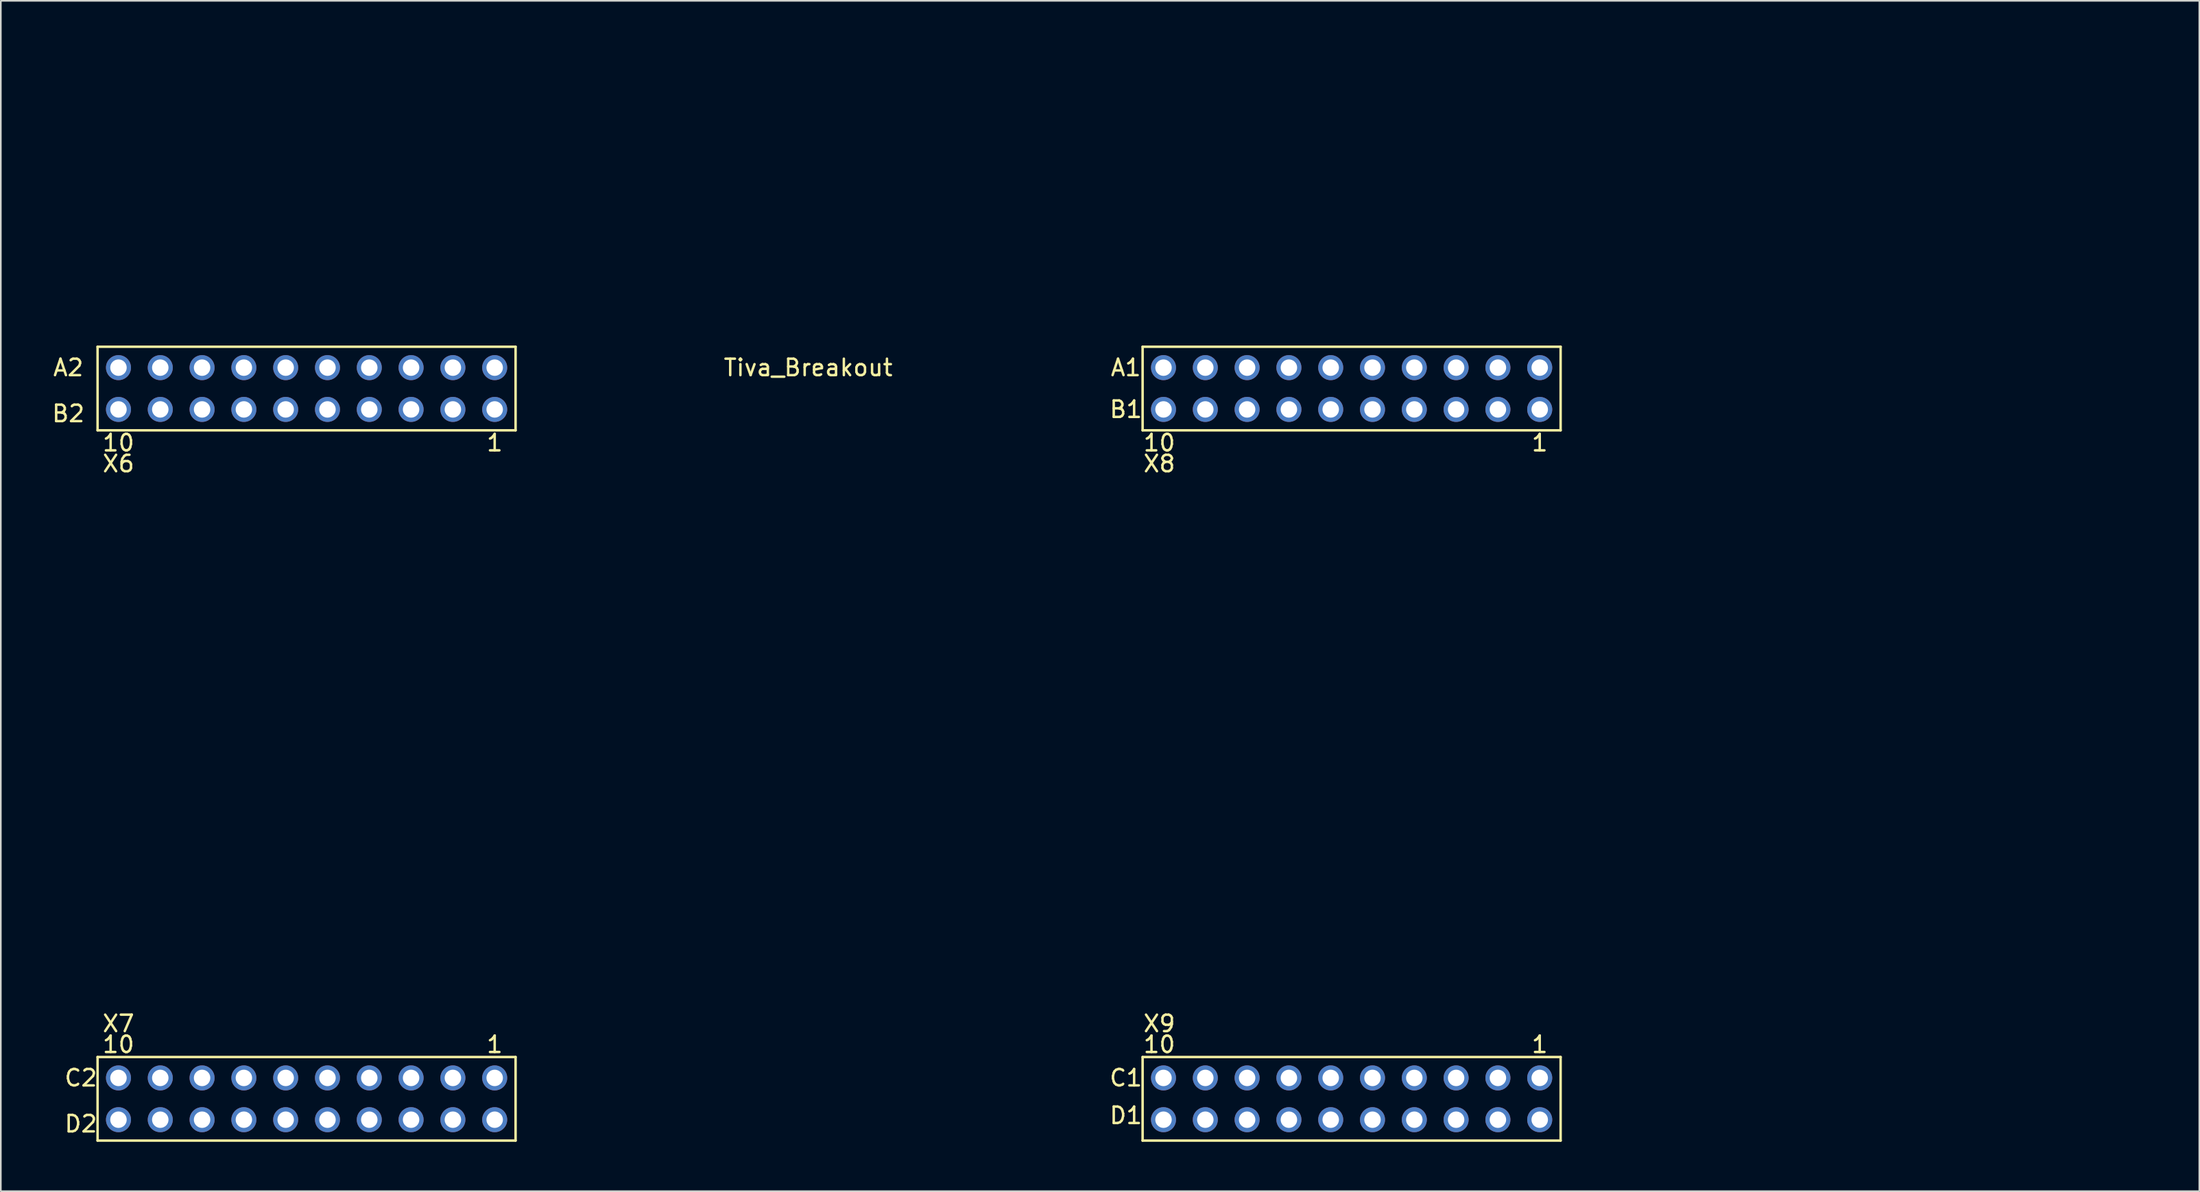
<source format=kicad_pcb>
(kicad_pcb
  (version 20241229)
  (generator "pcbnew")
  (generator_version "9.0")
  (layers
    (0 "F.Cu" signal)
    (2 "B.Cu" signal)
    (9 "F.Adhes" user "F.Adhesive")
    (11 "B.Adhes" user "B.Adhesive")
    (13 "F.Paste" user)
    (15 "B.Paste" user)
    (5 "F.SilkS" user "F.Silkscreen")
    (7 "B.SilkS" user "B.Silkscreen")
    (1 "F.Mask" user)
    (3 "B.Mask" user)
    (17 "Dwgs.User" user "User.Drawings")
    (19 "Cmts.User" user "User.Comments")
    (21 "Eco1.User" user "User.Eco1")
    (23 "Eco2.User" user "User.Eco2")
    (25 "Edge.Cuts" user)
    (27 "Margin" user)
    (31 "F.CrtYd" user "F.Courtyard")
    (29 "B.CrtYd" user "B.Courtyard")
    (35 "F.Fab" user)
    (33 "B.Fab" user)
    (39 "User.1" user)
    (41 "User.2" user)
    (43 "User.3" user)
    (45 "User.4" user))
  (footprint "Tiva_Breakout"
    (layer "F.Cu")
    (at 127.339 0.25)
    (property "Reference" "Tiva_Breakout" (at -81.28 19.05 0) (layer "F.SilkS") (effects (font (size 1 1) (thickness 0.15))))
    (attr through_hole)
    (fp_line (start -124.46 17.78) (end -124.46 22.86) (stroke (width 0.15) (type solid)) (layer "F.SilkS"))
    (fp_line (start -124.46 22.86) (end -99.06 22.86) (stroke (width 0.15) (type solid)) (layer "F.SilkS"))
    (fp_line (start -124.46 60.96) (end -124.46 66.04) (stroke (width 0.15) (type solid)) (layer "F.SilkS"))
    (fp_line (start -124.46 66.04) (end -99.06 66.04) (stroke (width 0.15) (type solid)) (layer "F.SilkS"))
    (fp_line (start -99.06 17.78) (end -124.46 17.78) (stroke (width 0.15) (type solid)) (layer "F.SilkS"))
    (fp_line (start -99.06 22.86) (end -99.06 17.78) (stroke (width 0.15) (type solid)) (layer "F.SilkS"))
    (fp_line (start -99.06 60.96) (end -124.46 60.96) (stroke (width 0.15) (type solid)) (layer "F.SilkS"))
    (fp_line (start -99.06 66.04) (end -99.06 60.96) (stroke (width 0.15) (type solid)) (layer "F.SilkS"))
    (fp_line (start -60.96 17.78) (end -60.96 22.86) (stroke (width 0.15) (type solid)) (layer "F.SilkS"))
    (fp_line (start -60.96 22.86) (end -35.56 22.86) (stroke (width 0.15) (type solid)) (layer "F.SilkS"))
    (fp_line (start -60.96 60.96) (end -60.96 66.04) (stroke (width 0.15) (type solid)) (layer "F.SilkS"))
    (fp_line (start -60.96 66.04) (end -35.56 66.04) (stroke (width 0.15) (type solid)) (layer "F.SilkS"))
    (fp_line (start -35.56 17.78) (end -60.96 17.78) (stroke (width 0.15) (type solid)) (layer "F.SilkS"))
    (fp_line (start -35.56 22.86) (end -35.56 17.78) (stroke (width 0.15) (type solid)) (layer "F.SilkS"))
    (fp_line (start -35.56 60.96) (end -60.96 60.96) (stroke (width 0.15) (type solid)) (layer "F.SilkS"))
    (fp_line (start -35.56 66.04) (end -35.56 60.96) (stroke (width 0.15) (type solid)) (layer "F.SilkS"))
    (fp_text user "X9" (at -59.944 58.928 0) (layer "F.SilkS") (effects (font (size 1 1) (thickness 0.15))))
    (fp_text user "X7" (at -123.19 58.928 0) (layer "F.SilkS") (effects (font (size 1 1) (thickness 0.15))))
    (fp_text user "10" (at -123.19 23.622 0) (layer "F.SilkS") (effects (font (size 1 1) (thickness 0.15))))
    (fp_text user "B2" (at -126.238 21.844 0) (layer "F.SilkS") (effects (font (size 1 1) (thickness 0.15))))
    (fp_text user "10" (at -59.944 60.198 0) (layer "F.SilkS") (effects (font (size 1 1) (thickness 0.15))))
    (fp_text user "C2" (at -125.476 62.23 0) (layer "F.SilkS") (effects (font (size 1 1) (thickness 0.15))))
    (fp_text user "B1" (at -61.976 21.59 0) (layer "F.SilkS") (effects (font (size 1 1) (thickness 0.15))))
    (fp_text user "1" (at -100.33 60.198 0) (layer "F.SilkS") (effects (font (size 1 1) (thickness 0.15))))
    (fp_text user "C1" (at -61.976 62.23 0) (layer "F.SilkS") (effects (font (size 1 1) (thickness 0.15))))
    (fp_text user "1" (at -36.83 23.622 0) (layer "F.SilkS") (effects (font (size 1 1) (thickness 0.15))))
    (fp_text user "1" (at -100.33 23.622 0) (layer "F.SilkS") (effects (font (size 1 1) (thickness 0.15))))
    (fp_text user "A1" (at -61.976 19.05 0) (layer "F.SilkS") (effects (font (size 1 1) (thickness 0.15))))
    (fp_text user "10" (at -123.19 60.198 0) (layer "F.SilkS") (effects (font (size 1 1) (thickness 0.15))))
    (fp_text user "D2" (at -125.476 65.024 180) (layer "F.SilkS") (effects (font (size 1 1) (thickness 0.15))))
    (fp_text user "X8" (at -59.944 24.892 0) (layer "F.SilkS") (effects (font (size 1 1) (thickness 0.15))))
    (fp_text user "A2" (at -126.238 19.05 0) (layer "F.SilkS") (effects (font (size 1 1) (thickness 0.15))))
    (fp_text user "10" (at -59.944 23.622 0) (layer "F.SilkS") (effects (font (size 1 1) (thickness 0.15))))
    (fp_text user "1" (at -36.83 60.198 0) (layer "F.SilkS") (effects (font (size 1 1) (thickness 0.15))))
    (fp_text user "X6" (at -123.19 24.892 180) (layer "F.SilkS") (effects (font (size 1 1) (thickness 0.15))))
    (fp_text user "D1" (at -61.976 64.516 0) (layer "F.SilkS") (effects (font (size 1 1) (thickness 0.15))))
    (pad "+3V3" thru_hole circle (at -36.83 19.05) (size 1.52 1.52) (drill 1) (layers "*.Cu" "*.Mask" "F.Paste"))
    (pad "+3V3'" thru_hole circle (at -100.33 19.05) (size 1.52 1.52) (drill 1) (layers "*.Cu" "*.Mask" "F.Paste"))
    (pad "+5V" thru_hole circle (at -36.83 21.59) (size 1.52 1.52) (drill 1) (layers "*.Cu" "*.Mask" "F.Paste"))
    (pad "+5V'" thru_hole circle (at -100.33 21.59) (size 1.52 1.52) (drill 1) (layers "*.Cu" "*.Mask" "F.Paste"))
    (pad "GND" thru_hole circle (at -102.87 21.59) (size 1.52 1.52) (drill 1) (layers "*.Cu" "*.Mask" "F.Paste"))
    (pad "GND" thru_hole circle (at -100.33 64.77) (size 1.52 1.52) (drill 1) (layers "*.Cu" "*.Mask" "F.Paste"))
    (pad "GND" thru_hole circle (at -39.37 21.59) (size 1.52 1.52) (drill 1) (layers "*.Cu" "*.Mask" "F.Paste"))
    (pad "GND" thru_hole circle (at -36.83 64.77) (size 1.52 1.52) (drill 1) (layers "*.Cu" "*.Mask" "F.Paste"))
    (pad "PA4" thru_hole circle (at -120.65 21.59) (size 1.52 1.52) (drill 1) (layers "*.Cu" "*.Mask" "F.Paste"))
    (pad "PA5" thru_hole circle (at -123.19 21.59) (size 1.52 1.52) (drill 1) (layers "*.Cu" "*.Mask" "F.Paste"))
    (pad "PA6" thru_hole circle (at -54.61 21.59) (size 1.52 1.52) (drill 1) (layers "*.Cu" "*.Mask" "F.Paste"))
    (pad "PA7" thru_hole circle (at -107.95 64.77) (size 1.52 1.52) (drill 1) (layers "*.Cu" "*.Mask" "F.Paste"))
    (pad "PB2" thru_hole circle (at -57.15 19.05) (size 1.52 1.52) (drill 1) (layers "*.Cu" "*.Mask" "F.Paste"))
    (pad "PB3" thru_hole circle (at -59.69 19.05) (size 1.52 1.52) (drill 1) (layers "*.Cu" "*.Mask" "F.Paste"))
    (pad "PB4" thru_hole circle (at -105.41 21.59) (size 1.52 1.52) (drill 1) (layers "*.Cu" "*.Mask" "F.Paste"))
    (pad "PB5" thru_hole circle (at -107.95 21.59) (size 1.52 1.52) (drill 1) (layers "*.Cu" "*.Mask" "F.Paste"))
    (pad "PC4" thru_hole circle (at -41.91 19.05) (size 1.52 1.52) (drill 1) (layers "*.Cu" "*.Mask" "F.Paste"))
    (pad "PC5" thru_hole circle (at -44.45 19.05) (size 1.52 1.52) (drill 1) (layers "*.Cu" "*.Mask" "F.Paste"))
    (pad "PC6" thru_hole circle (at -46.99 19.05) (size 1.52 1.52) (drill 1) (layers "*.Cu" "*.Mask" "F.Paste"))
    (pad "PC7" thru_hole circle (at -54.61 19.05) (size 1.52 1.52) (drill 1) (layers "*.Cu" "*.Mask" "F.Paste"))
    (pad "PD0" thru_hole circle (at -52.07 64.77) (size 1.52 1.52) (drill 1) (layers "*.Cu" "*.Mask" "F.Paste"))
    (pad "PD1" thru_hole circle (at -49.53 64.77) (size 1.52 1.52) (drill 1) (layers "*.Cu" "*.Mask" "F.Paste"))
    (pad "PD2" thru_hole circle (at -102.87 19.05) (size 1.52 1.52) (drill 1) (layers "*.Cu" "*.Mask" "F.Paste"))
    (pad "PD3" thru_hole circle (at -52.07 19.05) (size 1.52 1.52) (drill 1) (layers "*.Cu" "*.Mask" "F.Paste"))
    (pad "PD4" thru_hole circle (at -110.49 19.05) (size 1.52 1.52) (drill 1) (layers "*.Cu" "*.Mask" "F.Paste"))
    (pad "PD5" thru_hole circle (at -113.03 19.05) (size 1.52 1.52) (drill 1) (layers "*.Cu" "*.Mask" "F.Paste"))
    (pad "PD7" thru_hole circle (at -52.07 21.59) (size 1.52 1.52) (drill 1) (layers "*.Cu" "*.Mask" "F.Paste"))
    (pad "PE0" thru_hole circle (at -41.91 21.59) (size 1.52 1.52) (drill 1) (layers "*.Cu" "*.Mask" "F.Paste"))
    (pad "PE1" thru_hole circle (at -44.45 21.59) (size 1.52 1.52) (drill 1) (layers "*.Cu" "*.Mask" "F.Paste"))
    (pad "PE2" thru_hole circle (at -46.99 21.59) (size 1.52 1.52) (drill 1) (layers "*.Cu" "*.Mask" "F.Paste"))
    (pad "PE3" thru_hole circle (at -49.53 21.59) (size 1.52 1.52) (drill 1) (layers "*.Cu" "*.Mask" "F.Paste"))
    (pad "PE4" thru_hole circle (at -39.37 19.05) (size 1.52 1.52) (drill 1) (layers "*.Cu" "*.Mask" "F.Paste"))
    (pad "PE5" thru_hole circle (at -49.53 19.05) (size 1.52 1.52) (drill 1) (layers "*.Cu" "*.Mask" "F.Paste"))
    (pad "PF1" thru_hole circle (at -36.83 62.23) (size 1.52 1.52) (drill 1) (layers "*.Cu" "*.Mask" "F.Paste"))
    (pad "PF2" thru_hole circle (at -39.37 62.23) (size 1.52 1.52) (drill 1) (layers "*.Cu" "*.Mask" "F.Paste"))
    (pad "PF3" thru_hole circle (at -41.91 62.23) (size 1.52 1.52) (drill 1) (layers "*.Cu" "*.Mask" "F.Paste"))
    (pad "PG0" thru_hole circle (at -44.45 62.23) (size 1.52 1.52) (drill 1) (layers "*.Cu" "*.Mask" "F.Paste"))
    (pad "PG1" thru_hole circle (at -100.33 62.23) (size 1.52 1.52) (drill 1) (layers "*.Cu" "*.Mask" "F.Paste"))
    (pad "PH0" thru_hole circle (at -115.57 62.23) (size 1.52 1.52) (drill 1) (layers "*.Cu" "*.Mask" "F.Paste"))
    (pad "PH1" thru_hole circle (at -118.11 62.23) (size 1.52 1.52) (drill 1) (layers "*.Cu" "*.Mask" "F.Paste"))
    (pad "PH2" thru_hole circle (at -41.91 64.77) (size 1.52 1.52) (drill 1) (layers "*.Cu" "*.Mask" "F.Paste"))
    (pad "PH3" thru_hole circle (at -44.45 64.77) (size 1.52 1.52) (drill 1) (layers "*.Cu" "*.Mask" "F.Paste"))
    (pad "PK0" thru_hole circle (at -110.49 21.59) (size 1.52 1.52) (drill 1) (layers "*.Cu" "*.Mask" "F.Paste"))
    (pad "PK1" thru_hole circle (at -113.03 21.59) (size 1.52 1.52) (drill 1) (layers "*.Cu" "*.Mask" "F.Paste"))
    (pad "PK2" thru_hole circle (at -115.57 21.59) (size 1.52 1.52) (drill 1) (layers "*.Cu" "*.Mask" "F.Paste"))
    (pad "PK3" thru_hole circle (at -118.11 21.59) (size 1.52 1.52) (drill 1) (layers "*.Cu" "*.Mask" "F.Paste"))
    (pad "PK4" thru_hole circle (at -102.87 62.23) (size 1.52 1.52) (drill 1) (layers "*.Cu" "*.Mask" "F.Paste"))
    (pad "PK5" thru_hole circle (at -105.41 62.23) (size 1.52 1.52) (drill 1) (layers "*.Cu" "*.Mask" "F.Paste"))
    (pad "PK6" thru_hole circle (at -120.65 62.23) (size 1.52 1.52) (drill 1) (layers "*.Cu" "*.Mask" "F.Paste"))
    (pad "PK7" thru_hole circle (at -123.19 62.23) (size 1.52 1.52) (drill 1) (layers "*.Cu" "*.Mask" "F.Paste"))
    (pad "PL0" thru_hole circle (at -52.07 62.23) (size 1.52 1.52) (drill 1) (layers "*.Cu" "*.Mask" "F.Paste"))
    (pad "PL1" thru_hole circle (at -54.61 62.23) (size 1.52 1.52) (drill 1) (layers "*.Cu" "*.Mask" "F.Paste"))
    (pad "PL2" thru_hole circle (at -57.15 62.23) (size 1.52 1.52) (drill 1) (layers "*.Cu" "*.Mask" "F.Paste"))
    (pad "PL3" thru_hole circle (at -59.69 62.23) (size 1.52 1.52) (drill 1) (layers "*.Cu" "*.Mask" "F.Paste"))
    (pad "PL4" thru_hole circle (at -46.99 62.23) (size 1.52 1.52) (drill 1) (layers "*.Cu" "*.Mask" "F.Paste"))
    (pad "PL5" thru_hole circle (at -49.53 62.23) (size 1.52 1.52) (drill 1) (layers "*.Cu" "*.Mask" "F.Paste"))
    (pad "PM0" thru_hole circle (at -107.95 62.23) (size 1.52 1.52) (drill 1) (layers "*.Cu" "*.Mask" "F.Paste"))
    (pad "PM1" thru_hole circle (at -110.49 62.23) (size 1.52 1.52) (drill 1) (layers "*.Cu" "*.Mask" "F.Paste"))
    (pad "PM2" thru_hole circle (at -113.03 62.23) (size 1.52 1.52) (drill 1) (layers "*.Cu" "*.Mask" "F.Paste"))
    (pad "PM3" thru_hole circle (at -39.37 64.77) (size 1.52 1.52) (drill 1) (layers "*.Cu" "*.Mask" "F.Paste"))
    (pad "PM4" thru_hole circle (at -57.15 21.59) (size 1.52 1.52) (drill 1) (layers "*.Cu" "*.Mask" "F.Paste"))
    (pad "PM5" thru_hole circle (at -59.69 21.59) (size 1.52 1.52) (drill 1) (layers "*.Cu" "*.Mask" "F.Paste"))
    (pad "PM6" thru_hole circle (at -123.19 64.77) (size 1.52 1.52) (drill 1) (layers "*.Cu" "*.Mask" "F.Paste"))
    (pad "PM7" thru_hole circle (at -102.87 64.77) (size 1.52 1.52) (drill 1) (layers "*.Cu" "*.Mask" "F.Paste"))
    (pad "PN2" thru_hole circle (at -54.61 64.77) (size 1.52 1.52) (drill 1) (layers "*.Cu" "*.Mask" "F.Paste"))
    (pad "PN3" thru_hole circle (at -57.15 64.77) (size 1.52 1.52) (drill 1) (layers "*.Cu" "*.Mask" "F.Paste"))
    (pad "PN4" thru_hole circle (at -123.19 19.05) (size 1.52 1.52) (drill 1) (layers "*.Cu" "*.Mask" "F.Paste"))
    (pad "PN5" thru_hole circle (at -120.65 19.05) (size 1.52 1.52) (drill 1) (layers "*.Cu" "*.Mask" "F.Paste"))
    (pad "PP0" thru_hole circle (at -105.41 19.05) (size 1.52 1.52) (drill 1) (layers "*.Cu" "*.Mask" "F.Paste"))
    (pad "PP1" thru_hole circle (at -107.95 19.05) (size 1.52 1.52) (drill 1) (layers "*.Cu" "*.Mask" "F.Paste"))
    (pad "PP2" thru_hole circle (at -59.69 64.77) (size 1.52 1.52) (drill 1) (layers "*.Cu" "*.Mask" "F.Paste"))
    (pad "PP3" thru_hole circle (at -118.11 64.77) (size 1.52 1.52) (drill 1) (layers "*.Cu" "*.Mask" "F.Paste"))
    (pad "PP4" thru_hole circle (at -118.11 19.05) (size 1.52 1.52) (drill 1) (layers "*.Cu" "*.Mask" "F.Paste"))
    (pad "PP5" thru_hole circle (at -105.41 64.77) (size 1.52 1.52) (drill 1) (layers "*.Cu" "*.Mask" "F.Paste"))
    (pad "PQ0" thru_hole circle (at -115.57 19.05) (size 1.52 1.52) (drill 1) (layers "*.Cu" "*.Mask" "F.Paste"))
    (pad "PQ1" thru_hole circle (at -120.65 64.77) (size 1.52 1.52) (drill 1) (layers "*.Cu" "*.Mask" "F.Paste"))
    (pad "PQ2" thru_hole circle (at -113.03 64.77) (size 1.52 1.52) (drill 1) (layers "*.Cu" "*.Mask" "F.Paste"))
    (pad "PQ3" thru_hole circle (at -115.57 64.77) (size 1.52 1.52) (drill 1) (layers "*.Cu" "*.Mask" "F.Paste"))
    (pad "Rese" thru_hole circle (at -46.99 64.77) (size 1.52 1.52) (drill 1) (layers "*.Cu" "*.Mask" "F.Paste"))
    (pad "Rese'" thru_hole circle (at -110.49 64.77) (size 1.52 1.52) (drill 1) (layers "*.Cu" "*.Mask" "F.Paste")))
  (gr_rect
    (start -3 -3)
    (end 130.589 69.365)
    (stroke (width 0.1) (type default))
    (fill no)
    (layer "Edge.Cuts")))
</source>
